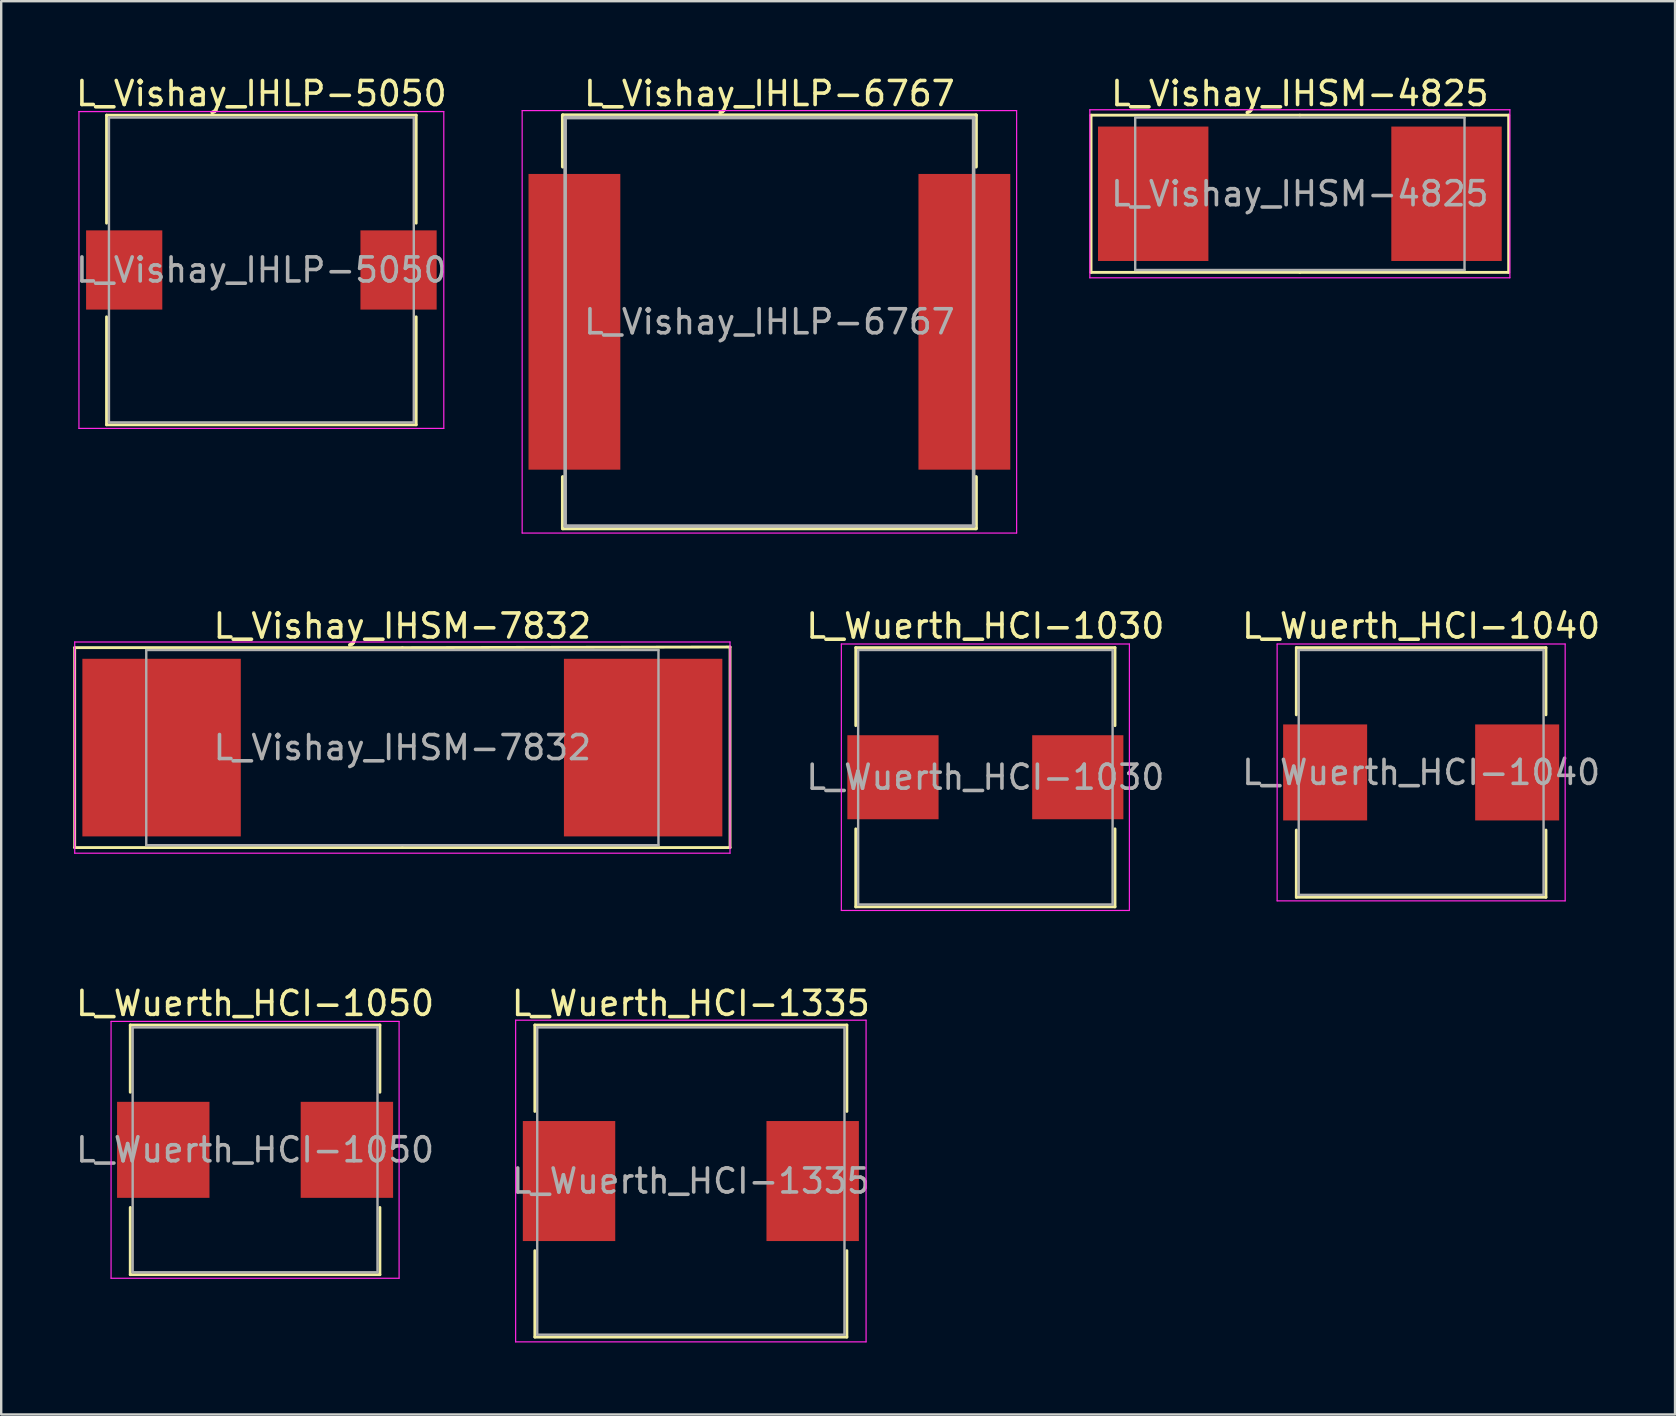
<source format=kicad_pcb>
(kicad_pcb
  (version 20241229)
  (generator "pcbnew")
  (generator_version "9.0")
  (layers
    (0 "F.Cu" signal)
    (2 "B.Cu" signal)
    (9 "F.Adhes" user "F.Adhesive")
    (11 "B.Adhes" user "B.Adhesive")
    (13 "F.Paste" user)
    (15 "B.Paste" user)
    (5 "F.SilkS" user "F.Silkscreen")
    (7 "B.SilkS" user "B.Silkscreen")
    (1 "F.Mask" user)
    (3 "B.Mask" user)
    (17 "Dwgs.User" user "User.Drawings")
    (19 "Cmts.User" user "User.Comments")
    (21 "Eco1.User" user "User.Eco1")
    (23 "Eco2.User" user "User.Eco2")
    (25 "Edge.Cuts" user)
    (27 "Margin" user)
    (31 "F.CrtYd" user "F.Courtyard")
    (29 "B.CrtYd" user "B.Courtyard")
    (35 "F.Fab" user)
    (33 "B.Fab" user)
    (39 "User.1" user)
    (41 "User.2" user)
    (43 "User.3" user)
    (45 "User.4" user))
  (footprint "L_Wuerth_HCI-1050"
    (layer "F.Cu")
    (at 7.577 44.854)
    (property "Reference" "L_Wuerth_HCI-1050" (at 0 -6.1 0) (layer "F.SilkS") (effects (font (size 1 1) (thickness 0.15))))
    (attr smd)
    (fp_line (start -5.2 -5.2) (end 5.2 -5.2) (stroke (width 0.12) (type solid)) (layer "F.SilkS"))
    (fp_line (start -5.2 -2.4) (end -5.2 -5.2) (stroke (width 0.12) (type solid)) (layer "F.SilkS"))
    (fp_line (start -5.2 2.4) (end -5.2 5.2) (stroke (width 0.12) (type solid)) (layer "F.SilkS"))
    (fp_line (start -5.2 5.2) (end 5.2 5.2) (stroke (width 0.12) (type solid)) (layer "F.SilkS"))
    (fp_line (start 5.2 -5.2) (end 5.2 -2.4) (stroke (width 0.12) (type solid)) (layer "F.SilkS"))
    (fp_line (start 5.2 5.2) (end 5.2 2.4) (stroke (width 0.12) (type solid)) (layer "F.SilkS"))
    (fp_line (start -6 -5.35) (end -6 5.35) (stroke (width 0.05) (type solid)) (layer "F.CrtYd"))
    (fp_line (start -6 5.35) (end 6 5.35) (stroke (width 0.05) (type solid)) (layer "F.CrtYd"))
    (fp_line (start 6 -5.35) (end -6 -5.35) (stroke (width 0.05) (type solid)) (layer "F.CrtYd"))
    (fp_line (start 6 5.35) (end 6 -5.35) (stroke (width 0.05) (type solid)) (layer "F.CrtYd"))
    (fp_line (start -5.1 -5.1) (end -5.1 5.1) (stroke (width 0.1) (type solid)) (layer "F.Fab"))
    (fp_line (start -5.1 5.1) (end 5.1 5.1) (stroke (width 0.1) (type solid)) (layer "F.Fab"))
    (fp_line (start 5.1 -5.1) (end -5.1 -5.1) (stroke (width 0.1) (type solid)) (layer "F.Fab"))
    (fp_line (start 5.1 5.1) (end 5.1 -5.1) (stroke (width 0.1) (type solid)) (layer "F.Fab"))
    (fp_text user "${REFERENCE}" (at 0 0 0) (layer "F.Fab") (effects (font (size 1 1) (thickness 0.15))))
    (pad "1" smd rect (at -3.825 0) (size 3.85 4) (layers "F.Cu" "F.Mask" "F.Paste"))
    (pad "2" smd rect (at 3.825 0) (size 3.85 4) (layers "F.Cu" "F.Mask" "F.Paste")))
  (footprint "L_Vishay_IHSM-7832"
    (layer "F.Cu")
    (at 13.713 28.096)
    (property "Reference" "L_Vishay_IHSM-7832" (at 0 -5.065 0) (layer "F.SilkS") (effects (font (size 1 1) (thickness 0.15))))
    (attr smd)
    (fp_line (start -13.652 -4.165) (end -13.652 4.165) (stroke (width 0.12) (type solid)) (layer "F.SilkS"))
    (fp_line (start -13.652 -4.165) (end 0 -4.165) (stroke (width 0.12) (type solid)) (layer "F.SilkS"))
    (fp_line (start -13.652 4.165) (end 0 4.165) (stroke (width 0.12) (type solid)) (layer "F.SilkS"))
    (fp_line (start 13.652 -4.191) (end 0 -4.165) (stroke (width 0.12) (type solid)) (layer "F.SilkS"))
    (fp_line (start 13.652 4.165) (end 0 4.165) (stroke (width 0.12) (type solid)) (layer "F.SilkS"))
    (fp_line (start 13.652 4.165) (end 13.652 -4.191) (stroke (width 0.12) (type solid)) (layer "F.SilkS"))
    (fp_line (start -13.65 -4.4) (end -13.65 4.4) (stroke (width 0.05) (type solid)) (layer "F.CrtYd"))
    (fp_line (start -13.65 4.4) (end 13.65 4.4) (stroke (width 0.05) (type solid)) (layer "F.CrtYd"))
    (fp_line (start 13.65 -4.4) (end -13.65 -4.4) (stroke (width 0.05) (type solid)) (layer "F.CrtYd"))
    (fp_line (start 13.65 4.4) (end 13.65 -4.4) (stroke (width 0.05) (type solid)) (layer "F.CrtYd"))
    (fp_line (start -10.67 -4.065) (end -10.67 4.065) (stroke (width 0.1) (type solid)) (layer "F.Fab"))
    (fp_line (start -10.67 4.065) (end 10.67 4.065) (stroke (width 0.1) (type solid)) (layer "F.Fab"))
    (fp_line (start 10.67 -4.065) (end -10.67 -4.065) (stroke (width 0.1) (type solid)) (layer "F.Fab"))
    (fp_line (start 10.67 4.065) (end 10.67 -4.065) (stroke (width 0.1) (type solid)) (layer "F.Fab"))
    (fp_text user "${REFERENCE}" (at 0 0 0) (layer "F.Fab") (effects (font (size 1 1) (thickness 0.15))))
    (pad "1" smd rect (at -10.031 0) (size 6.6 7.4) (layers "F.Cu" "F.Mask" "F.Paste"))
    (pad "2" smd rect (at 10.031 0) (size 6.6 7.4) (layers "F.Cu" "F.Mask" "F.Paste")))
  (footprint "L_Vishay_IHLP-5050"
    (layer "F.Cu")
    (at 7.839 8.198)
    (property "Reference" "L_Vishay_IHLP-5050" (at 0 -7.35 0) (layer "F.SilkS") (effects (font (size 1 1) (thickness 0.15))))
    (attr smd)
    (fp_line (start -6.45 -6.45) (end 6.45 -6.45) (stroke (width 0.12) (type solid)) (layer "F.SilkS"))
    (fp_line (start -6.45 -1.95) (end -6.45 -6.45) (stroke (width 0.12) (type solid)) (layer "F.SilkS"))
    (fp_line (start -6.45 1.95) (end -6.45 6.45) (stroke (width 0.12) (type solid)) (layer "F.SilkS"))
    (fp_line (start -6.45 6.45) (end 6.45 6.45) (stroke (width 0.12) (type solid)) (layer "F.SilkS"))
    (fp_line (start 6.45 -6.45) (end 6.45 -1.95) (stroke (width 0.12) (type solid)) (layer "F.SilkS"))
    (fp_line (start 6.45 6.45) (end 6.45 1.95) (stroke (width 0.12) (type solid)) (layer "F.SilkS"))
    (fp_line (start -7.6 -6.6) (end -7.6 6.6) (stroke (width 0.05) (type solid)) (layer "F.CrtYd"))
    (fp_line (start -7.6 6.6) (end 7.6 6.6) (stroke (width 0.05) (type solid)) (layer "F.CrtYd"))
    (fp_line (start 7.6 -6.6) (end -7.6 -6.6) (stroke (width 0.05) (type solid)) (layer "F.CrtYd"))
    (fp_line (start 7.6 6.6) (end 7.6 -6.6) (stroke (width 0.05) (type solid)) (layer "F.CrtYd"))
    (fp_line (start -6.35 -6.35) (end -6.35 6.35) (stroke (width 0.1) (type solid)) (layer "F.Fab"))
    (fp_line (start -6.35 6.35) (end 6.35 6.35) (stroke (width 0.1) (type solid)) (layer "F.Fab"))
    (fp_line (start 6.35 -6.35) (end -6.35 -6.35) (stroke (width 0.1) (type solid)) (layer "F.Fab"))
    (fp_line (start 6.35 6.35) (end 6.35 -6.35) (stroke (width 0.1) (type solid)) (layer "F.Fab"))
    (fp_text user "${REFERENCE}" (at 0 0 0) (layer "F.Fab") (effects (font (size 1 1) (thickness 0.15))))
    (pad "1" smd rect (at -5.715 0) (size 3.175 3.3) (layers "F.Cu" "F.Mask" "F.Paste"))
    (pad "2" smd rect (at 5.715 0) (size 3.175 3.3) (layers "F.Cu" "F.Mask" "F.Paste")))
  (footprint "L_Wuerth_HCI-1030"
    (layer "F.Cu")
    (at 38.002 29.331)
    (property "Reference" "L_Wuerth_HCI-1030" (at 0 -6.3 0) (layer "F.SilkS") (effects (font (size 1 1) (thickness 0.15))))
    (attr smd)
    (fp_line (start -5.4 -5.4) (end 5.4 -5.4) (stroke (width 0.12) (type solid)) (layer "F.SilkS"))
    (fp_line (start -5.4 -2.15) (end -5.4 -5.4) (stroke (width 0.12) (type solid)) (layer "F.SilkS"))
    (fp_line (start -5.4 2.15) (end -5.4 5.4) (stroke (width 0.12) (type solid)) (layer "F.SilkS"))
    (fp_line (start -5.4 5.4) (end 5.4 5.4) (stroke (width 0.12) (type solid)) (layer "F.SilkS"))
    (fp_line (start 5.4 -5.4) (end 5.4 -2.15) (stroke (width 0.12) (type solid)) (layer "F.SilkS"))
    (fp_line (start 5.4 5.4) (end 5.4 2.15) (stroke (width 0.12) (type solid)) (layer "F.SilkS"))
    (fp_line (start -6 -5.55) (end -6 5.55) (stroke (width 0.05) (type solid)) (layer "F.CrtYd"))
    (fp_line (start -6 5.55) (end 6 5.55) (stroke (width 0.05) (type solid)) (layer "F.CrtYd"))
    (fp_line (start 6 -5.55) (end -6 -5.55) (stroke (width 0.05) (type solid)) (layer "F.CrtYd"))
    (fp_line (start 6 5.55) (end 6 -5.55) (stroke (width 0.05) (type solid)) (layer "F.CrtYd"))
    (fp_line (start -5.3 -5.3) (end -5.3 5.3) (stroke (width 0.1) (type solid)) (layer "F.Fab"))
    (fp_line (start -5.3 5.3) (end 5.3 5.3) (stroke (width 0.1) (type solid)) (layer "F.Fab"))
    (fp_line (start 5.3 -5.3) (end -5.3 -5.3) (stroke (width 0.1) (type solid)) (layer "F.Fab"))
    (fp_line (start 5.3 5.3) (end 5.3 -5.3) (stroke (width 0.1) (type solid)) (layer "F.Fab"))
    (fp_text user "${REFERENCE}" (at 0 0 0) (layer "F.Fab") (effects (font (size 1 1) (thickness 0.15))))
    (pad "1" smd rect (at -3.85 0) (size 3.8 3.5) (layers "F.Cu" "F.Mask" "F.Paste"))
    (pad "2" smd rect (at 3.85 0) (size 3.8 3.5) (layers "F.Cu" "F.Mask" "F.Paste")))
  (footprint "L_Wuerth_HCI-1040"
    (layer "F.Cu")
    (at 56.157 29.131)
    (property "Reference" "L_Wuerth_HCI-1040" (at 0 -6.1 0) (layer "F.SilkS") (effects (font (size 1 1) (thickness 0.15))))
    (attr smd)
    (fp_line (start -5.2 -5.2) (end 5.2 -5.2) (stroke (width 0.12) (type solid)) (layer "F.SilkS"))
    (fp_line (start -5.2 -2.4) (end -5.2 -5.2) (stroke (width 0.12) (type solid)) (layer "F.SilkS"))
    (fp_line (start -5.2 2.4) (end -5.2 5.2) (stroke (width 0.12) (type solid)) (layer "F.SilkS"))
    (fp_line (start -5.2 5.2) (end 5.2 5.2) (stroke (width 0.12) (type solid)) (layer "F.SilkS"))
    (fp_line (start 5.2 -5.2) (end 5.2 -2.4) (stroke (width 0.12) (type solid)) (layer "F.SilkS"))
    (fp_line (start 5.2 5.2) (end 5.2 2.4) (stroke (width 0.12) (type solid)) (layer "F.SilkS"))
    (fp_line (start -6 -5.35) (end -6 5.35) (stroke (width 0.05) (type solid)) (layer "F.CrtYd"))
    (fp_line (start -6 5.35) (end 6 5.35) (stroke (width 0.05) (type solid)) (layer "F.CrtYd"))
    (fp_line (start 6 -5.35) (end -6 -5.35) (stroke (width 0.05) (type solid)) (layer "F.CrtYd"))
    (fp_line (start 6 5.35) (end 6 -5.35) (stroke (width 0.05) (type solid)) (layer "F.CrtYd"))
    (fp_line (start -5.1 -5.1) (end -5.1 5.1) (stroke (width 0.1) (type solid)) (layer "F.Fab"))
    (fp_line (start -5.1 5.1) (end 5.1 5.1) (stroke (width 0.1) (type solid)) (layer "F.Fab"))
    (fp_line (start 5.1 -5.1) (end -5.1 -5.1) (stroke (width 0.1) (type solid)) (layer "F.Fab"))
    (fp_line (start 5.1 5.1) (end 5.1 -5.1) (stroke (width 0.1) (type solid)) (layer "F.Fab"))
    (fp_text user "${REFERENCE}" (at 0 0 0) (layer "F.Fab") (effects (font (size 1 1) (thickness 0.15))))
    (pad "1" smd rect (at -4 0) (size 3.5 4) (layers "F.Cu" "F.Mask" "F.Paste"))
    (pad "2" smd rect (at 4 0) (size 3.5 4) (layers "F.Cu" "F.Mask" "F.Paste")))
  (footprint "L_Wuerth_HCI-1335"
    (layer "F.Cu")
    (at 25.732 46.154)
    (property "Reference" "L_Wuerth_HCI-1335" (at 0 -7.4 0) (layer "F.SilkS") (effects (font (size 1 1) (thickness 0.15))))
    (attr smd)
    (fp_line (start -6.5 -6.5) (end 6.5 -6.5) (stroke (width 0.12) (type solid)) (layer "F.SilkS"))
    (fp_line (start -6.5 -2.9) (end -6.5 -6.5) (stroke (width 0.12) (type solid)) (layer "F.SilkS"))
    (fp_line (start -6.5 2.9) (end -6.5 6.5) (stroke (width 0.12) (type solid)) (layer "F.SilkS"))
    (fp_line (start -6.5 6.5) (end 6.5 6.5) (stroke (width 0.12) (type solid)) (layer "F.SilkS"))
    (fp_line (start 6.5 -6.5) (end 6.5 -2.9) (stroke (width 0.12) (type solid)) (layer "F.SilkS"))
    (fp_line (start 6.5 6.5) (end 6.5 2.9) (stroke (width 0.12) (type solid)) (layer "F.SilkS"))
    (fp_line (start -7.3 -6.7) (end -7.3 6.7) (stroke (width 0.05) (type solid)) (layer "F.CrtYd"))
    (fp_line (start -7.3 6.7) (end 7.3 6.7) (stroke (width 0.05) (type solid)) (layer "F.CrtYd"))
    (fp_line (start 7.3 -6.7) (end -7.3 -6.7) (stroke (width 0.05) (type solid)) (layer "F.CrtYd"))
    (fp_line (start 7.3 6.7) (end 7.3 -6.7) (stroke (width 0.05) (type solid)) (layer "F.CrtYd"))
    (fp_line (start -6.4 -6.4) (end -6.4 6.4) (stroke (width 0.1) (type solid)) (layer "F.Fab"))
    (fp_line (start -6.4 6.4) (end 6.4 6.4) (stroke (width 0.1) (type solid)) (layer "F.Fab"))
    (fp_line (start 6.4 -6.4) (end -6.4 -6.4) (stroke (width 0.1) (type solid)) (layer "F.Fab"))
    (fp_line (start 6.4 6.4) (end 6.4 -6.4) (stroke (width 0.1) (type solid)) (layer "F.Fab"))
    (fp_text user "${REFERENCE}" (at 0 0 0) (layer "F.Fab") (effects (font (size 1 1) (thickness 0.15))))
    (pad "1" smd rect (at -5.075 0) (size 3.85 5) (layers "F.Cu" "F.Mask" "F.Paste"))
    (pad "2" smd rect (at 5.075 0) (size 3.85 5) (layers "F.Cu" "F.Mask" "F.Paste")))
  (footprint "L_Vishay_IHLP-6767"
    (layer "F.Cu")
    (at 29.004 10.357)
    (property "Reference" "L_Vishay_IHLP-6767" (at 0 -9.509 0) (layer "F.SilkS") (effects (font (size 1 1) (thickness 0.15))))
    (attr smd)
    (fp_line (start -8.609 -8.609) (end 8.609 -8.609) (stroke (width 0.15) (type solid)) (layer "F.SilkS"))
    (fp_line (start -8.609 -6.46) (end -8.609 -8.609) (stroke (width 0.15) (type solid)) (layer "F.SilkS"))
    (fp_line (start -8.609 6.46) (end -8.609 8.609) (stroke (width 0.15) (type solid)) (layer "F.SilkS"))
    (fp_line (start -8.609 8.609) (end 8.609 8.609) (stroke (width 0.15) (type solid)) (layer "F.SilkS"))
    (fp_line (start 8.609 -8.609) (end 8.609 -6.46) (stroke (width 0.15) (type solid)) (layer "F.SilkS"))
    (fp_line (start 8.609 8.609) (end 8.609 6.46) (stroke (width 0.15) (type solid)) (layer "F.SilkS"))
    (fp_line (start -10.3 -8.8) (end -10.3 8.8) (stroke (width 0.05) (type solid)) (layer "F.CrtYd"))
    (fp_line (start -10.3 8.8) (end 10.3 8.8) (stroke (width 0.05) (type solid)) (layer "F.CrtYd"))
    (fp_line (start 10.3 -8.8) (end -10.3 -8.8) (stroke (width 0.05) (type solid)) (layer "F.CrtYd"))
    (fp_line (start 10.3 8.8) (end 10.3 -8.8) (stroke (width 0.05) (type solid)) (layer "F.CrtYd"))
    (fp_line (start -8.509 -8.509) (end -8.509 8.509) (stroke (width 0.15) (type solid)) (layer "F.Fab"))
    (fp_line (start -8.509 8.509) (end 8.509 8.509) (stroke (width 0.15) (type solid)) (layer "F.Fab"))
    (fp_line (start 8.509 -8.509) (end -8.509 -8.509) (stroke (width 0.15) (type solid)) (layer "F.Fab"))
    (fp_line (start 8.509 8.509) (end 8.509 -8.509) (stroke (width 0.15) (type solid)) (layer "F.Fab"))
    (fp_text user "${REFERENCE}" (at 0 0 0) (layer "F.Fab") (effects (font (size 1 1) (thickness 0.15))))
    (pad "1" smd rect (at -8.123 0) (size 3.825 12.32) (layers "F.Cu" "F.Mask" "F.Paste"))
    (pad "2" smd rect (at 8.123 0) (size 3.825 12.32) (layers "F.Cu" "F.Mask" "F.Paste")))
  (footprint "L_Vishay_IHSM-4825"
    (layer "F.Cu")
    (at 51.104 5.023)
    (property "Reference" "L_Vishay_IHSM-4825" (at 0 -4.175 0) (layer "F.SilkS") (effects (font (size 1 1) (thickness 0.15))))
    (attr smd)
    (fp_line (start -8.7 -3.275) (end -8.7 3.275) (stroke (width 0.12) (type solid)) (layer "F.SilkS"))
    (fp_line (start -8.7 -3.275) (end 0 -3.275) (stroke (width 0.12) (type solid)) (layer "F.SilkS"))
    (fp_line (start -8.7 3.275) (end 0 3.275) (stroke (width 0.12) (type solid)) (layer "F.SilkS"))
    (fp_line (start 8.7 -3.275) (end 0 -3.275) (stroke (width 0.12) (type solid)) (layer "F.SilkS"))
    (fp_line (start 8.7 3.275) (end 0 3.275) (stroke (width 0.12) (type solid)) (layer "F.SilkS"))
    (fp_line (start 8.7 3.275) (end 8.7 -3.275) (stroke (width 0.12) (type solid)) (layer "F.SilkS"))
    (fp_line (start -8.75 -3.5) (end -8.75 3.5) (stroke (width 0.05) (type solid)) (layer "F.CrtYd"))
    (fp_line (start -8.75 3.5) (end 8.75 3.5) (stroke (width 0.05) (type solid)) (layer "F.CrtYd"))
    (fp_line (start 8.75 -3.5) (end -8.75 -3.5) (stroke (width 0.05) (type solid)) (layer "F.CrtYd"))
    (fp_line (start 8.75 3.5) (end 8.75 -3.5) (stroke (width 0.05) (type solid)) (layer "F.CrtYd"))
    (fp_line (start -6.86 -3.175) (end -6.86 3.175) (stroke (width 0.1) (type solid)) (layer "F.Fab"))
    (fp_line (start -6.86 3.175) (end 6.86 3.175) (stroke (width 0.1) (type solid)) (layer "F.Fab"))
    (fp_line (start 6.86 -3.175) (end -6.86 -3.175) (stroke (width 0.1) (type solid)) (layer "F.Fab"))
    (fp_line (start 6.86 3.175) (end 6.86 -3.175) (stroke (width 0.1) (type solid)) (layer "F.Fab"))
    (fp_text user "${REFERENCE}" (at 0 0 0) (layer "F.Fab") (effects (font (size 1 1) (thickness 0.15))))
    (pad "1" smd rect (at -6.11 0) (size 4.6 5.6) (layers "F.Cu" "F.Mask" "F.Paste"))
    (pad "2" smd rect (at 6.11 0) (size 4.6 5.6) (layers "F.Cu" "F.Mask" "F.Paste")))
  (gr_rect
    (start -3 -3)
    (end 66.735 55.879)
    (stroke (width 0.1) (type default))
    (fill no)
    (layer "Edge.Cuts")))
</source>
